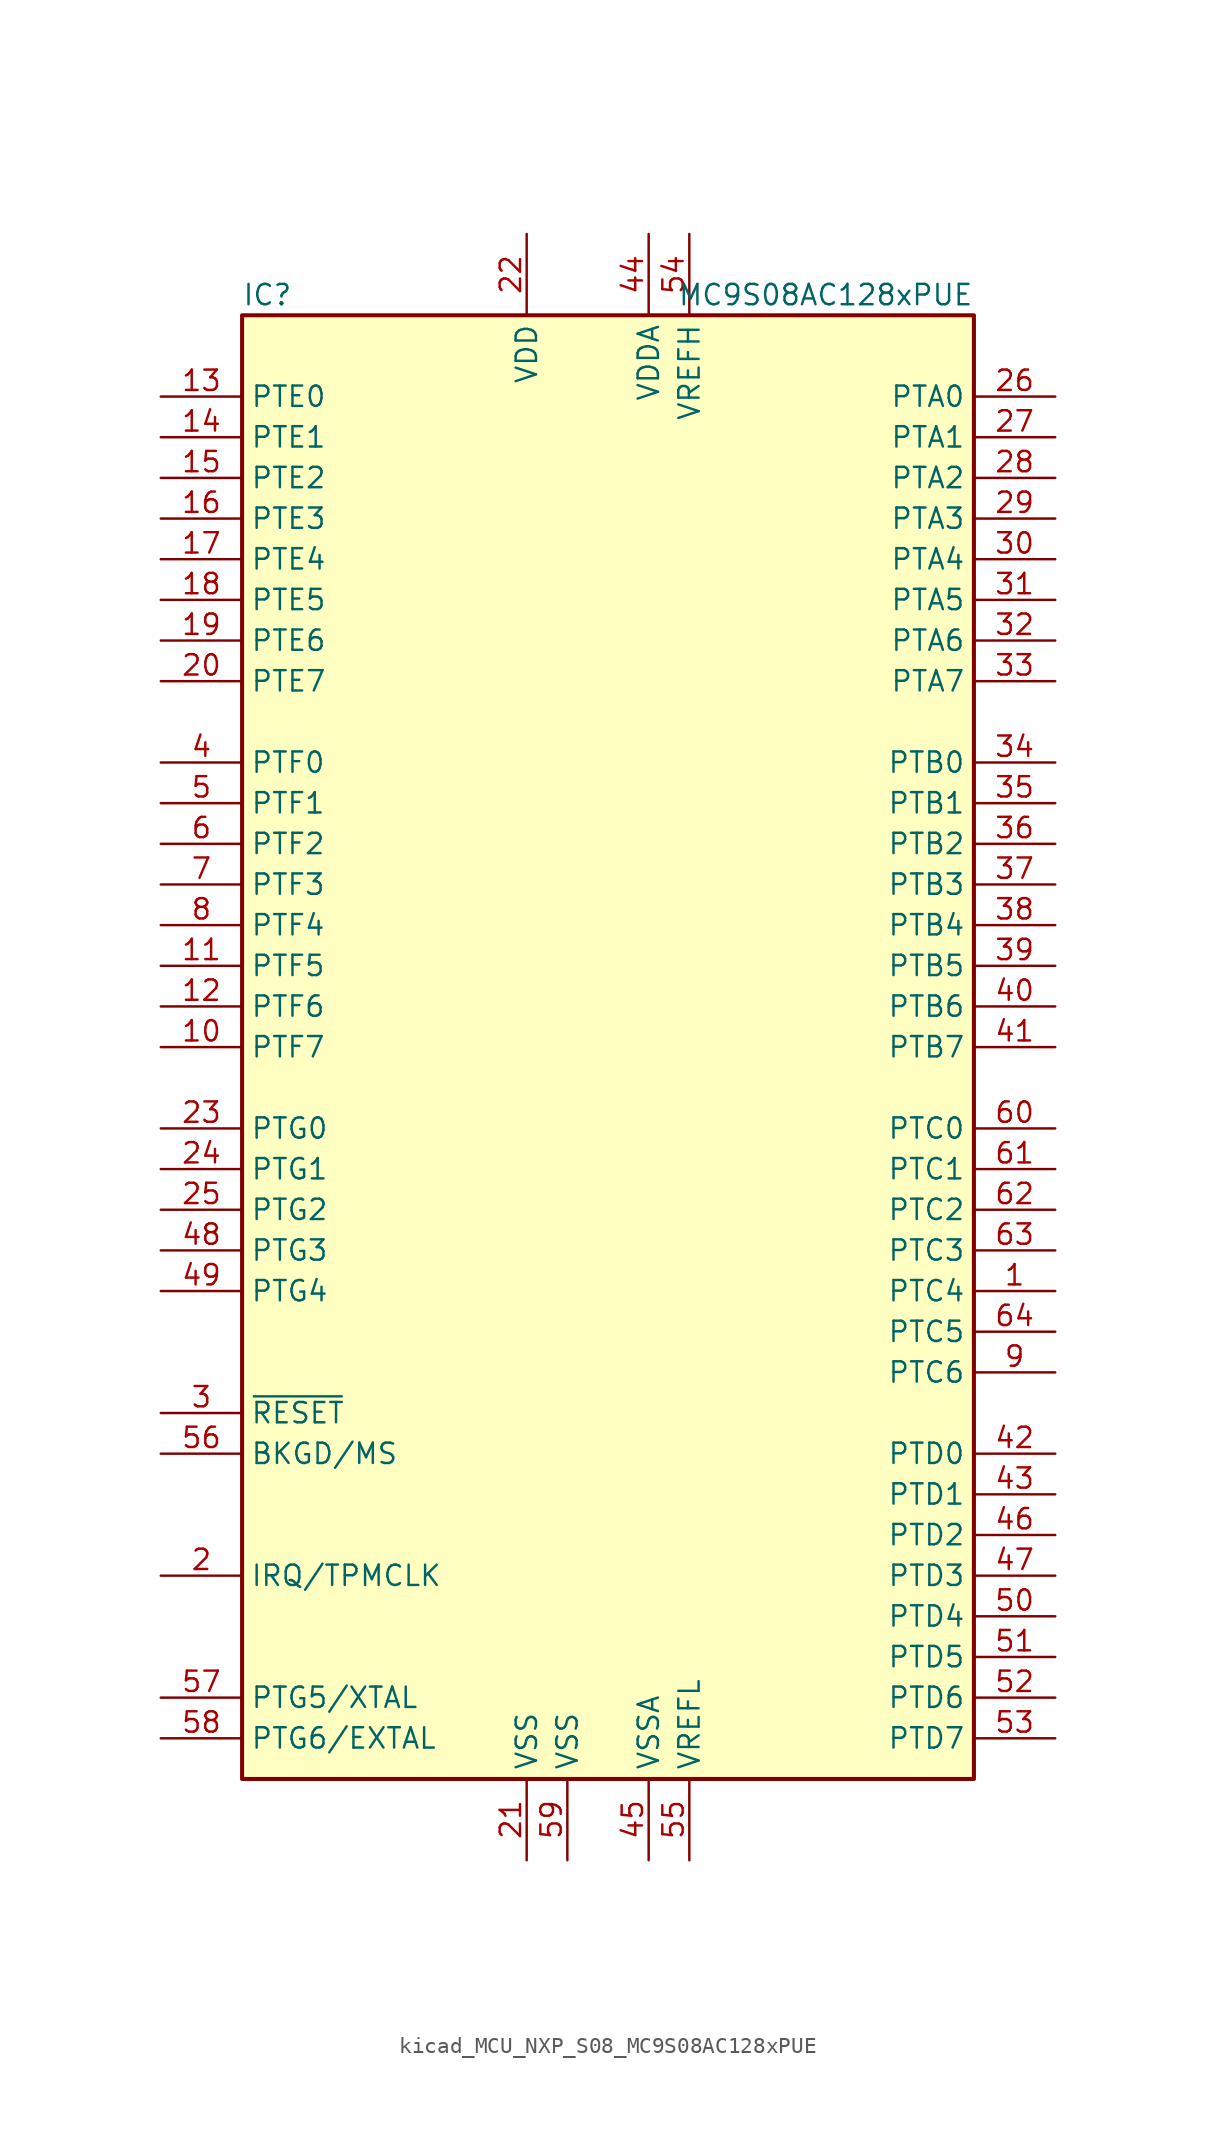
<source format=kicad_sym>
(kicad_symbol_lib
  (version 20220914)
  (generator kicad_symbol_editor)
  (symbol "kicad_MCU_NXP_S08_MC9S08AC128xPUE"
    (property "Reference" "IC"
      (at -22.86 46.99 0)
      (effects (font (size 1.27 1.27)) (justify left)))
    (property "Value" "MC9S08AC128xPUE"
      (at 22.86 46.99 0)
      (effects (font (size 1.27 1.27)) (justify right)))
    (symbol "kicad_MCU_NXP_S08_MC9S08AC128xPUE_0_1"
      (rectangle (start -22.86 45.72) (end 22.86 -45.72) (stroke (width 0.254) (type default)) (fill (type background))))
    (symbol "kicad_MCU_NXP_S08_MC9S08AC128xPUE_1_1"
      (pin bidirectional line (at 27.94 -15.24 180) (length 5.08) (name "PTC4" (effects (font (size 1.27 1.27)))) (number "1" (effects (font (size 1.27 1.27)))))
      (pin bidirectional line (at -27.94 0 0) (length 5.08) (name "PTF7" (effects (font (size 1.27 1.27)))) (number "10" (effects (font (size 1.27 1.27)))))
      (pin bidirectional line (at -27.94 5.08 0) (length 5.08) (name "PTF5" (effects (font (size 1.27 1.27)))) (number "11" (effects (font (size 1.27 1.27)))))
      (pin bidirectional line (at -27.94 2.54 0) (length 5.08) (name "PTF6" (effects (font (size 1.27 1.27)))) (number "12" (effects (font (size 1.27 1.27)))))
      (pin bidirectional line (at -27.94 40.64 0) (length 5.08) (name "PTE0" (effects (font (size 1.27 1.27)))) (number "13" (effects (font (size 1.27 1.27)))))
      (pin bidirectional line (at -27.94 38.1 0) (length 5.08) (name "PTE1" (effects (font (size 1.27 1.27)))) (number "14" (effects (font (size 1.27 1.27)))))
      (pin bidirectional line (at -27.94 35.56 0) (length 5.08) (name "PTE2" (effects (font (size 1.27 1.27)))) (number "15" (effects (font (size 1.27 1.27)))))
      (pin bidirectional line (at -27.94 33.02 0) (length 5.08) (name "PTE3" (effects (font (size 1.27 1.27)))) (number "16" (effects (font (size 1.27 1.27)))))
      (pin bidirectional line (at -27.94 30.48 0) (length 5.08) (name "PTE4" (effects (font (size 1.27 1.27)))) (number "17" (effects (font (size 1.27 1.27)))))
      (pin bidirectional line (at -27.94 27.94 0) (length 5.08) (name "PTE5" (effects (font (size 1.27 1.27)))) (number "18" (effects (font (size 1.27 1.27)))))
      (pin bidirectional line (at -27.94 25.4 0) (length 5.08) (name "PTE6" (effects (font (size 1.27 1.27)))) (number "19" (effects (font (size 1.27 1.27)))))
      (pin input line (at -27.94 -33.02 0) (length 5.08) (name "IRQ/TPMCLK" (effects (font (size 1.27 1.27)))) (number "2" (effects (font (size 1.27 1.27)))))
      (pin bidirectional line (at -27.94 22.86 0) (length 5.08) (name "PTE7" (effects (font (size 1.27 1.27)))) (number "20" (effects (font (size 1.27 1.27)))))
      (pin power_in line (at -5.08 -50.8 90) (length 5.08) (name "VSS" (effects (font (size 1.27 1.27)))) (number "21" (effects (font (size 1.27 1.27)))))
      (pin power_in line (at -5.08 50.8 270) (length 5.08) (name "VDD" (effects (font (size 1.27 1.27)))) (number "22" (effects (font (size 1.27 1.27)))))
      (pin bidirectional line (at -27.94 -5.08 0) (length 5.08) (name "PTG0" (effects (font (size 1.27 1.27)))) (number "23" (effects (font (size 1.27 1.27)))))
      (pin bidirectional line (at -27.94 -7.62 0) (length 5.08) (name "PTG1" (effects (font (size 1.27 1.27)))) (number "24" (effects (font (size 1.27 1.27)))))
      (pin bidirectional line (at -27.94 -10.16 0) (length 5.08) (name "PTG2" (effects (font (size 1.27 1.27)))) (number "25" (effects (font (size 1.27 1.27)))))
      (pin bidirectional line (at 27.94 40.64 180) (length 5.08) (name "PTA0" (effects (font (size 1.27 1.27)))) (number "26" (effects (font (size 1.27 1.27)))))
      (pin bidirectional line (at 27.94 38.1 180) (length 5.08) (name "PTA1" (effects (font (size 1.27 1.27)))) (number "27" (effects (font (size 1.27 1.27)))))
      (pin bidirectional line (at 27.94 35.56 180) (length 5.08) (name "PTA2" (effects (font (size 1.27 1.27)))) (number "28" (effects (font (size 1.27 1.27)))))
      (pin bidirectional line (at 27.94 33.02 180) (length 5.08) (name "PTA3" (effects (font (size 1.27 1.27)))) (number "29" (effects (font (size 1.27 1.27)))))
      (pin input line (at -27.94 -22.86 0) (length 5.08) (name "~{RESET}" (effects (font (size 1.27 1.27)))) (number "3" (effects (font (size 1.27 1.27)))))
      (pin bidirectional line (at 27.94 30.48 180) (length 5.08) (name "PTA4" (effects (font (size 1.27 1.27)))) (number "30" (effects (font (size 1.27 1.27)))))
      (pin bidirectional line (at 27.94 27.94 180) (length 5.08) (name "PTA5" (effects (font (size 1.27 1.27)))) (number "31" (effects (font (size 1.27 1.27)))))
      (pin bidirectional line (at 27.94 25.4 180) (length 5.08) (name "PTA6" (effects (font (size 1.27 1.27)))) (number "32" (effects (font (size 1.27 1.27)))))
      (pin bidirectional line (at 27.94 22.86 180) (length 5.08) (name "PTA7" (effects (font (size 1.27 1.27)))) (number "33" (effects (font (size 1.27 1.27)))))
      (pin bidirectional line (at 27.94 17.78 180) (length 5.08) (name "PTB0" (effects (font (size 1.27 1.27)))) (number "34" (effects (font (size 1.27 1.27)))))
      (pin bidirectional line (at 27.94 15.24 180) (length 5.08) (name "PTB1" (effects (font (size 1.27 1.27)))) (number "35" (effects (font (size 1.27 1.27)))))
      (pin bidirectional line (at 27.94 12.7 180) (length 5.08) (name "PTB2" (effects (font (size 1.27 1.27)))) (number "36" (effects (font (size 1.27 1.27)))))
      (pin bidirectional line (at 27.94 10.16 180) (length 5.08) (name "PTB3" (effects (font (size 1.27 1.27)))) (number "37" (effects (font (size 1.27 1.27)))))
      (pin bidirectional line (at 27.94 7.62 180) (length 5.08) (name "PTB4" (effects (font (size 1.27 1.27)))) (number "38" (effects (font (size 1.27 1.27)))))
      (pin bidirectional line (at 27.94 5.08 180) (length 5.08) (name "PTB5" (effects (font (size 1.27 1.27)))) (number "39" (effects (font (size 1.27 1.27)))))
      (pin bidirectional line (at -27.94 17.78 0) (length 5.08) (name "PTF0" (effects (font (size 1.27 1.27)))) (number "4" (effects (font (size 1.27 1.27)))))
      (pin bidirectional line (at 27.94 2.54 180) (length 5.08) (name "PTB6" (effects (font (size 1.27 1.27)))) (number "40" (effects (font (size 1.27 1.27)))))
      (pin bidirectional line (at 27.94 0 180) (length 5.08) (name "PTB7" (effects (font (size 1.27 1.27)))) (number "41" (effects (font (size 1.27 1.27)))))
      (pin bidirectional line (at 27.94 -25.4 180) (length 5.08) (name "PTD0" (effects (font (size 1.27 1.27)))) (number "42" (effects (font (size 1.27 1.27)))))
      (pin bidirectional line (at 27.94 -27.94 180) (length 5.08) (name "PTD1" (effects (font (size 1.27 1.27)))) (number "43" (effects (font (size 1.27 1.27)))))
      (pin power_in line (at 2.54 50.8 270) (length 5.08) (name "VDDA" (effects (font (size 1.27 1.27)))) (number "44" (effects (font (size 1.27 1.27)))))
      (pin power_in line (at 2.54 -50.8 90) (length 5.08) (name "VSSA" (effects (font (size 1.27 1.27)))) (number "45" (effects (font (size 1.27 1.27)))))
      (pin bidirectional line (at 27.94 -30.48 180) (length 5.08) (name "PTD2" (effects (font (size 1.27 1.27)))) (number "46" (effects (font (size 1.27 1.27)))))
      (pin bidirectional line (at 27.94 -33.02 180) (length 5.08) (name "PTD3" (effects (font (size 1.27 1.27)))) (number "47" (effects (font (size 1.27 1.27)))))
      (pin bidirectional line (at -27.94 -12.7 0) (length 5.08) (name "PTG3" (effects (font (size 1.27 1.27)))) (number "48" (effects (font (size 1.27 1.27)))))
      (pin bidirectional line (at -27.94 -15.24 0) (length 5.08) (name "PTG4" (effects (font (size 1.27 1.27)))) (number "49" (effects (font (size 1.27 1.27)))))
      (pin bidirectional line (at -27.94 15.24 0) (length 5.08) (name "PTF1" (effects (font (size 1.27 1.27)))) (number "5" (effects (font (size 1.27 1.27)))))
      (pin bidirectional line (at 27.94 -35.56 180) (length 5.08) (name "PTD4" (effects (font (size 1.27 1.27)))) (number "50" (effects (font (size 1.27 1.27)))))
      (pin bidirectional line (at 27.94 -38.1 180) (length 5.08) (name "PTD5" (effects (font (size 1.27 1.27)))) (number "51" (effects (font (size 1.27 1.27)))))
      (pin bidirectional line (at 27.94 -40.64 180) (length 5.08) (name "PTD6" (effects (font (size 1.27 1.27)))) (number "52" (effects (font (size 1.27 1.27)))))
      (pin bidirectional line (at 27.94 -43.18 180) (length 5.08) (name "PTD7" (effects (font (size 1.27 1.27)))) (number "53" (effects (font (size 1.27 1.27)))))
      (pin power_in line (at 5.08 50.8 270) (length 5.08) (name "VREFH" (effects (font (size 1.27 1.27)))) (number "54" (effects (font (size 1.27 1.27)))))
      (pin power_in line (at 5.08 -50.8 90) (length 5.08) (name "VREFL" (effects (font (size 1.27 1.27)))) (number "55" (effects (font (size 1.27 1.27)))))
      (pin bidirectional line (at -27.94 -25.4 0) (length 5.08) (name "BKGD/MS" (effects (font (size 1.27 1.27)))) (number "56" (effects (font (size 1.27 1.27)))))
      (pin bidirectional line (at -27.94 -40.64 0) (length 5.08) (name "PTG5/XTAL" (effects (font (size 1.27 1.27)))) (number "57" (effects (font (size 1.27 1.27)))))
      (pin bidirectional line (at -27.94 -43.18 0) (length 5.08) (name "PTG6/EXTAL" (effects (font (size 1.27 1.27)))) (number "58" (effects (font (size 1.27 1.27)))))
      (pin power_in line (at -2.54 -50.8 90) (length 5.08) (name "VSS" (effects (font (size 1.27 1.27)))) (number "59" (effects (font (size 1.27 1.27)))))
      (pin bidirectional line (at -27.94 12.7 0) (length 5.08) (name "PTF2" (effects (font (size 1.27 1.27)))) (number "6" (effects (font (size 1.27 1.27)))))
      (pin bidirectional line (at 27.94 -5.08 180) (length 5.08) (name "PTC0" (effects (font (size 1.27 1.27)))) (number "60" (effects (font (size 1.27 1.27)))))
      (pin bidirectional line (at 27.94 -7.62 180) (length 5.08) (name "PTC1" (effects (font (size 1.27 1.27)))) (number "61" (effects (font (size 1.27 1.27)))))
      (pin bidirectional line (at 27.94 -10.16 180) (length 5.08) (name "PTC2" (effects (font (size 1.27 1.27)))) (number "62" (effects (font (size 1.27 1.27)))))
      (pin bidirectional line (at 27.94 -12.7 180) (length 5.08) (name "PTC3" (effects (font (size 1.27 1.27)))) (number "63" (effects (font (size 1.27 1.27)))))
      (pin bidirectional line (at 27.94 -17.78 180) (length 5.08) (name "PTC5" (effects (font (size 1.27 1.27)))) (number "64" (effects (font (size 1.27 1.27)))))
      (pin bidirectional line (at -27.94 10.16 0) (length 5.08) (name "PTF3" (effects (font (size 1.27 1.27)))) (number "7" (effects (font (size 1.27 1.27)))))
      (pin bidirectional line (at -27.94 7.62 0) (length 5.08) (name "PTF4" (effects (font (size 1.27 1.27)))) (number "8" (effects (font (size 1.27 1.27)))))
      (pin bidirectional line (at 27.94 -20.32 180) (length 5.08) (name "PTC6" (effects (font (size 1.27 1.27)))) (number "9" (effects (font (size 1.27 1.27))))))))
</source>
